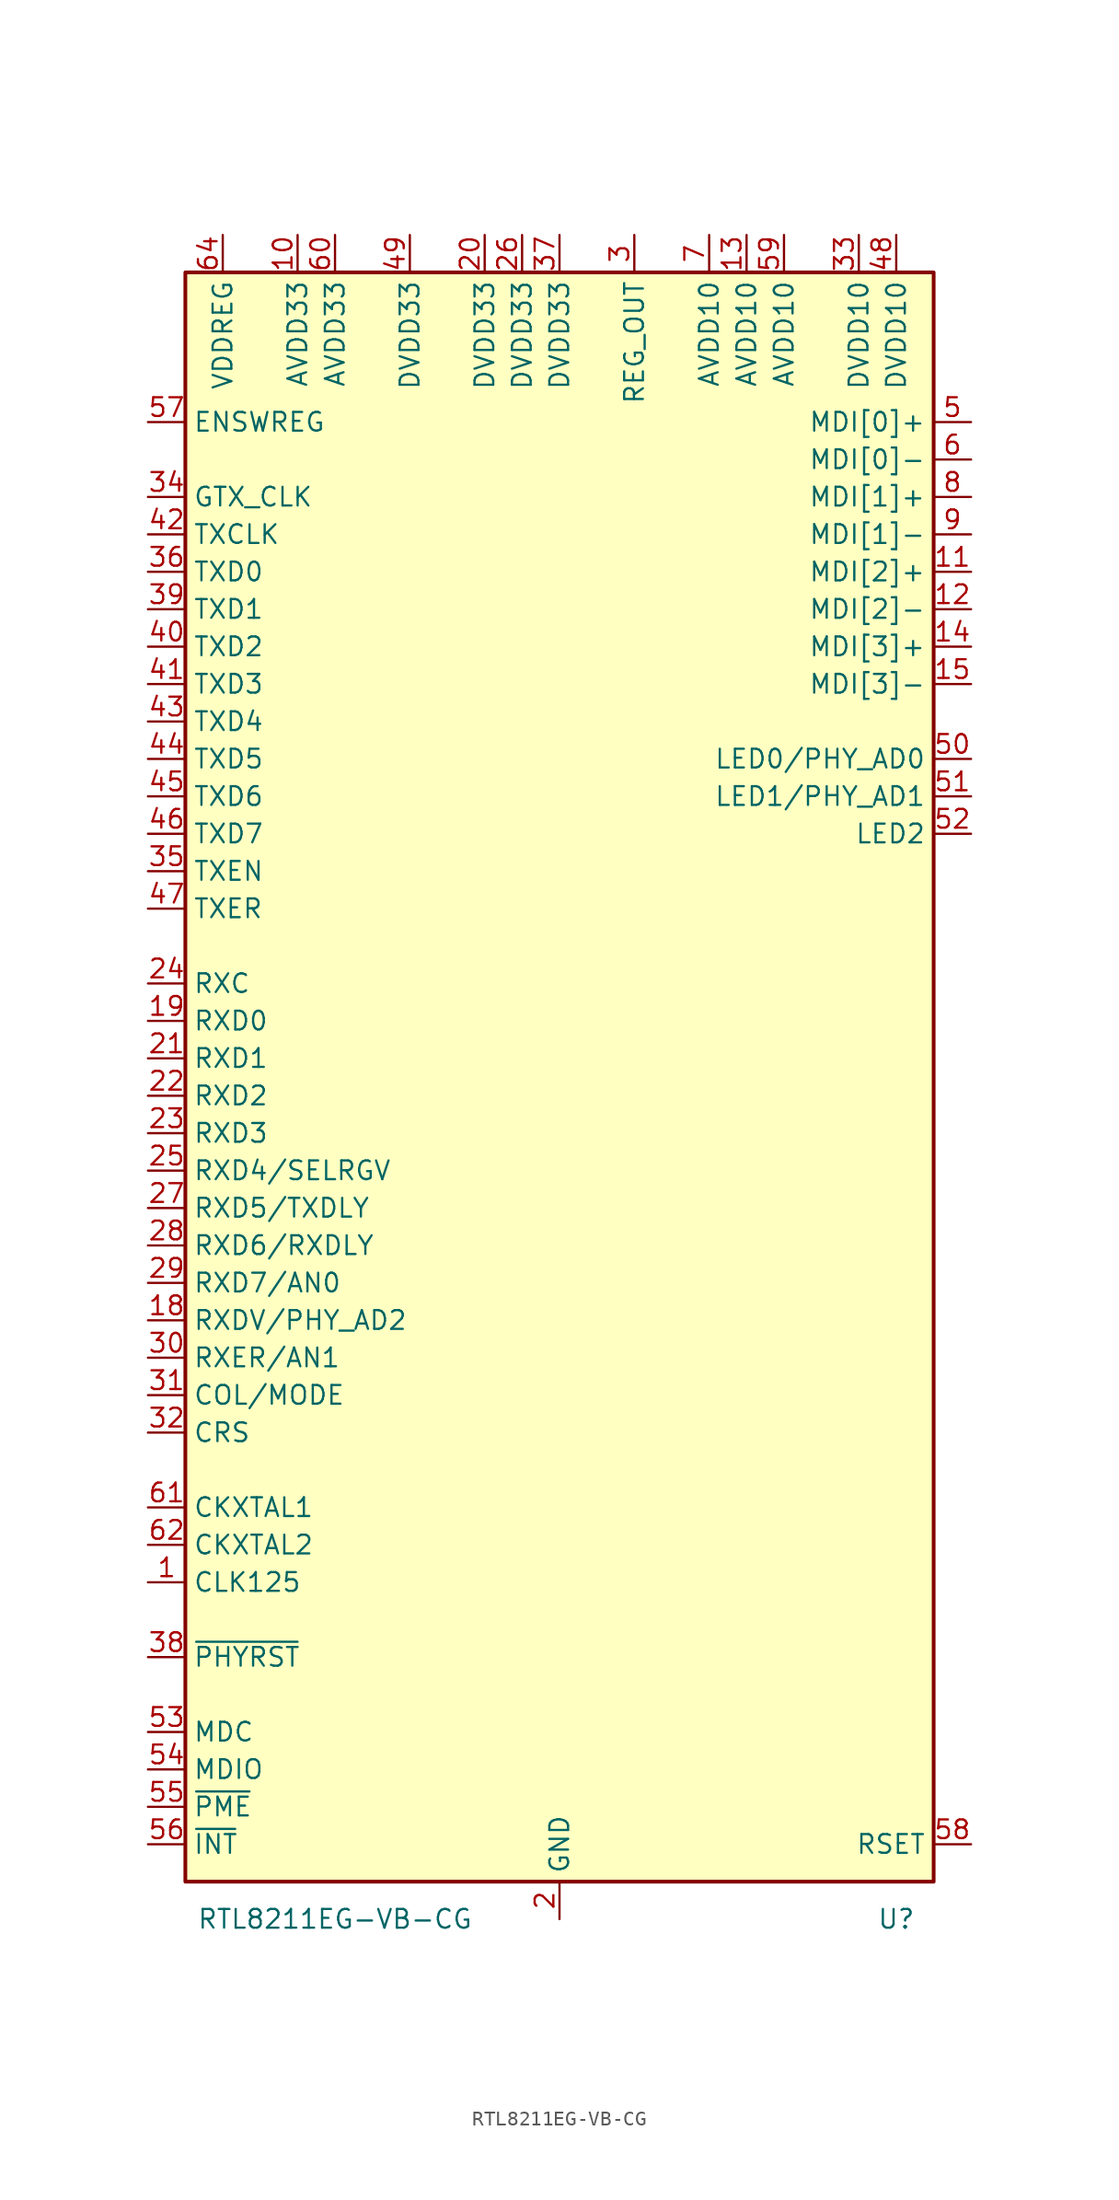
<source format=kicad_sym>
(kicad_symbol_lib
  (version 20220914)
  (generator kicad_symbol_editor)
  (symbol "RTL8211EG-VB-CG"
    (property "Reference" "U"
      (at 22.86 -58.42 0)
      (effects (font (size 1.27 1.27))))
    (property "Value" "RTL8211EG-VB-CG"
      (at -15.24 -58.42 0)
      (effects (font (size 1.27 1.27))))
    (symbol "RTL8211EG-VB-CG_0_1"
      (rectangle (start -25.4 53.34) (end 25.4 -55.88) (stroke (width 0.254) (type default)) (fill (type background))))
    (symbol "RTL8211EG-VB-CG_1_1"
      (pin output line (at -27.94 -35.56 0) (length 2.54) (name "CLK125" (effects (font (size 1.27 1.27)))) (number "1" (effects (font (size 1.27 1.27)))))
      (pin power_in line (at -17.78 55.88 270) (length 2.54) (name "AVDD33" (effects (font (size 1.27 1.27)))) (number "10" (effects (font (size 1.27 1.27)))))
      (pin bidirectional line (at 27.94 33.02 180) (length 2.54) (name "MDI[2]+" (effects (font (size 1.27 1.27)))) (number "11" (effects (font (size 1.27 1.27)))))
      (pin bidirectional line (at 27.94 30.48 180) (length 2.54) (name "MDI[2]-" (effects (font (size 1.27 1.27)))) (number "12" (effects (font (size 1.27 1.27)))))
      (pin power_in line (at 12.7 55.88 270) (length 2.54) (name "AVDD10" (effects (font (size 1.27 1.27)))) (number "13" (effects (font (size 1.27 1.27)))))
      (pin bidirectional line (at 27.94 27.94 180) (length 2.54) (name "MDI[3]+" (effects (font (size 1.27 1.27)))) (number "14" (effects (font (size 1.27 1.27)))))
      (pin bidirectional line (at 27.94 25.4 180) (length 2.54) (name "MDI[3]-" (effects (font (size 1.27 1.27)))) (number "15" (effects (font (size 1.27 1.27)))))
      (pin no_connect line (at 25.4 5.08 180) (length 2.54) hide (name "NC" (effects (font (size 1.27 1.27)))) (number "16" (effects (font (size 1.27 1.27)))))
      (pin no_connect line (at 25.4 2.54 180) (length 2.54) hide (name "NC" (effects (font (size 1.27 1.27)))) (number "17" (effects (font (size 1.27 1.27)))))
      (pin bidirectional line (at -27.94 -17.78 0) (length 2.54) (name "RXDV/PHY_AD2" (effects (font (size 1.27 1.27)))) (number "18" (effects (font (size 1.27 1.27)))))
      (pin output line (at -27.94 2.54 0) (length 2.54) (name "RXD0" (effects (font (size 1.27 1.27)))) (number "19" (effects (font (size 1.27 1.27)))))
      (pin power_in line (at 0 -58.42 90) (length 2.54) (name "GND" (effects (font (size 1.27 1.27)))) (number "2" (effects (font (size 1.27 1.27)))))
      (pin power_in line (at -5.08 55.88 270) (length 2.54) (name "DVDD33" (effects (font (size 1.27 1.27)))) (number "20" (effects (font (size 1.27 1.27)))))
      (pin output line (at -27.94 0 0) (length 2.54) (name "RXD1" (effects (font (size 1.27 1.27)))) (number "21" (effects (font (size 1.27 1.27)))))
      (pin output line (at -27.94 -2.54 0) (length 2.54) (name "RXD2" (effects (font (size 1.27 1.27)))) (number "22" (effects (font (size 1.27 1.27)))))
      (pin output line (at -27.94 -5.08 0) (length 2.54) (name "RXD3" (effects (font (size 1.27 1.27)))) (number "23" (effects (font (size 1.27 1.27)))))
      (pin output line (at -27.94 5.08 0) (length 2.54) (name "RXC" (effects (font (size 1.27 1.27)))) (number "24" (effects (font (size 1.27 1.27)))))
      (pin bidirectional line (at -27.94 -7.62 0) (length 2.54) (name "RXD4/SELRGV" (effects (font (size 1.27 1.27)))) (number "25" (effects (font (size 1.27 1.27)))))
      (pin power_in line (at -2.54 55.88 270) (length 2.54) (name "DVDD33" (effects (font (size 1.27 1.27)))) (number "26" (effects (font (size 1.27 1.27)))))
      (pin bidirectional line (at -27.94 -10.16 0) (length 2.54) (name "RXD5/TXDLY" (effects (font (size 1.27 1.27)))) (number "27" (effects (font (size 1.27 1.27)))))
      (pin bidirectional line (at -27.94 -12.7 0) (length 2.54) (name "RXD6/RXDLY" (effects (font (size 1.27 1.27)))) (number "28" (effects (font (size 1.27 1.27)))))
      (pin bidirectional line (at -27.94 -15.24 0) (length 2.54) (name "RXD7/AN0" (effects (font (size 1.27 1.27)))) (number "29" (effects (font (size 1.27 1.27)))))
      (pin power_out line (at 5.08 55.88 270) (length 2.54) (name "REG_OUT" (effects (font (size 1.27 1.27)))) (number "3" (effects (font (size 1.27 1.27)))))
      (pin bidirectional line (at -27.94 -20.32 0) (length 2.54) (name "RXER/AN1" (effects (font (size 1.27 1.27)))) (number "30" (effects (font (size 1.27 1.27)))))
      (pin bidirectional line (at -27.94 -22.86 0) (length 2.54) (name "COL/MODE" (effects (font (size 1.27 1.27)))) (number "31" (effects (font (size 1.27 1.27)))))
      (pin output line (at -27.94 -25.4 0) (length 2.54) (name "CRS" (effects (font (size 1.27 1.27)))) (number "32" (effects (font (size 1.27 1.27)))))
      (pin power_in line (at 20.32 55.88 270) (length 2.54) (name "DVDD10" (effects (font (size 1.27 1.27)))) (number "33" (effects (font (size 1.27 1.27)))))
      (pin input line (at -27.94 38.1 0) (length 2.54) (name "GTX_CLK" (effects (font (size 1.27 1.27)))) (number "34" (effects (font (size 1.27 1.27)))))
      (pin input line (at -27.94 12.7 0) (length 2.54) (name "TXEN" (effects (font (size 1.27 1.27)))) (number "35" (effects (font (size 1.27 1.27)))))
      (pin input line (at -27.94 33.02 0) (length 2.54) (name "TXD0" (effects (font (size 1.27 1.27)))) (number "36" (effects (font (size 1.27 1.27)))))
      (pin power_in line (at 0 55.88 270) (length 2.54) (name "DVDD33" (effects (font (size 1.27 1.27)))) (number "37" (effects (font (size 1.27 1.27)))))
      (pin input line (at -27.94 -40.64 0) (length 2.54) (name "~{PHYRST}" (effects (font (size 1.27 1.27)))) (number "38" (effects (font (size 1.27 1.27)))))
      (pin input line (at -27.94 30.48 0) (length 2.54) (name "TXD1" (effects (font (size 1.27 1.27)))) (number "39" (effects (font (size 1.27 1.27)))))
      (pin passive line (at 0 -58.42 90) (length 2.54) hide (name "GND" (effects (font (size 1.27 1.27)))) (number "4" (effects (font (size 1.27 1.27)))))
      (pin input line (at -27.94 27.94 0) (length 2.54) (name "TXD2" (effects (font (size 1.27 1.27)))) (number "40" (effects (font (size 1.27 1.27)))))
      (pin input line (at -27.94 25.4 0) (length 2.54) (name "TXD3" (effects (font (size 1.27 1.27)))) (number "41" (effects (font (size 1.27 1.27)))))
      (pin output line (at -27.94 35.56 0) (length 2.54) (name "TXCLK" (effects (font (size 1.27 1.27)))) (number "42" (effects (font (size 1.27 1.27)))))
      (pin input line (at -27.94 22.86 0) (length 2.54) (name "TXD4" (effects (font (size 1.27 1.27)))) (number "43" (effects (font (size 1.27 1.27)))))
      (pin input line (at -27.94 20.32 0) (length 2.54) (name "TXD5" (effects (font (size 1.27 1.27)))) (number "44" (effects (font (size 1.27 1.27)))))
      (pin input line (at -27.94 17.78 0) (length 2.54) (name "TXD6" (effects (font (size 1.27 1.27)))) (number "45" (effects (font (size 1.27 1.27)))))
      (pin input line (at -27.94 15.24 0) (length 2.54) (name "TXD7" (effects (font (size 1.27 1.27)))) (number "46" (effects (font (size 1.27 1.27)))))
      (pin input line (at -27.94 10.16 0) (length 2.54) (name "TXER" (effects (font (size 1.27 1.27)))) (number "47" (effects (font (size 1.27 1.27)))))
      (pin power_in line (at 22.86 55.88 270) (length 2.54) (name "DVDD10" (effects (font (size 1.27 1.27)))) (number "48" (effects (font (size 1.27 1.27)))))
      (pin power_in line (at -10.16 55.88 270) (length 2.54) (name "DVDD33" (effects (font (size 1.27 1.27)))) (number "49" (effects (font (size 1.27 1.27)))))
      (pin bidirectional line (at 27.94 43.18 180) (length 2.54) (name "MDI[0]+" (effects (font (size 1.27 1.27)))) (number "5" (effects (font (size 1.27 1.27)))))
      (pin bidirectional line (at 27.94 20.32 180) (length 2.54) (name "LED0/PHY_AD0" (effects (font (size 1.27 1.27)))) (number "50" (effects (font (size 1.27 1.27)))))
      (pin bidirectional line (at 27.94 17.78 180) (length 2.54) (name "LED1/PHY_AD1" (effects (font (size 1.27 1.27)))) (number "51" (effects (font (size 1.27 1.27)))))
      (pin bidirectional line (at 27.94 15.24 180) (length 2.54) (name "LED2" (effects (font (size 1.27 1.27)))) (number "52" (effects (font (size 1.27 1.27)))))
      (pin input line (at -27.94 -45.72 0) (length 2.54) (name "MDC" (effects (font (size 1.27 1.27)))) (number "53" (effects (font (size 1.27 1.27)))))
      (pin bidirectional line (at -27.94 -48.26 0) (length 2.54) (name "MDIO" (effects (font (size 1.27 1.27)))) (number "54" (effects (font (size 1.27 1.27)))))
      (pin open_collector line (at -27.94 -50.8 0) (length 2.54) (name "~{PME}" (effects (font (size 1.27 1.27)))) (number "55" (effects (font (size 1.27 1.27)))))
      (pin open_collector line (at -27.94 -53.34 0) (length 2.54) (name "~{INT}" (effects (font (size 1.27 1.27)))) (number "56" (effects (font (size 1.27 1.27)))))
      (pin input line (at -27.94 43.18 0) (length 2.54) (name "ENSWREG" (effects (font (size 1.27 1.27)))) (number "57" (effects (font (size 1.27 1.27)))))
      (pin passive line (at 27.94 -53.34 180) (length 2.54) (name "RSET" (effects (font (size 1.27 1.27)))) (number "58" (effects (font (size 1.27 1.27)))))
      (pin power_in line (at 15.24 55.88 270) (length 2.54) (name "AVDD10" (effects (font (size 1.27 1.27)))) (number "59" (effects (font (size 1.27 1.27)))))
      (pin bidirectional line (at 27.94 40.64 180) (length 2.54) (name "MDI[0]-" (effects (font (size 1.27 1.27)))) (number "6" (effects (font (size 1.27 1.27)))))
      (pin power_in line (at -15.24 55.88 270) (length 2.54) (name "AVDD33" (effects (font (size 1.27 1.27)))) (number "60" (effects (font (size 1.27 1.27)))))
      (pin input line (at -27.94 -30.48 0) (length 2.54) (name "CKXTAL1" (effects (font (size 1.27 1.27)))) (number "61" (effects (font (size 1.27 1.27)))))
      (pin output line (at -27.94 -33.02 0) (length 2.54) (name "CKXTAL2" (effects (font (size 1.27 1.27)))) (number "62" (effects (font (size 1.27 1.27)))))
      (pin passive line (at 0 -58.42 90) (length 2.54) hide (name "GND" (effects (font (size 1.27 1.27)))) (number "63" (effects (font (size 1.27 1.27)))))
      (pin power_in line (at -22.86 55.88 270) (length 2.54) (name "VDDREG" (effects (font (size 1.27 1.27)))) (number "64" (effects (font (size 1.27 1.27)))))
      (pin passive line (at 0 -58.42 90) (length 2.54) hide (name "GND" (effects (font (size 1.27 1.27)))) (number "65" (effects (font (size 1.27 1.27)))))
      (pin power_in line (at 10.16 55.88 270) (length 2.54) (name "AVDD10" (effects (font (size 1.27 1.27)))) (number "7" (effects (font (size 1.27 1.27)))))
      (pin bidirectional line (at 27.94 38.1 180) (length 2.54) (name "MDI[1]+" (effects (font (size 1.27 1.27)))) (number "8" (effects (font (size 1.27 1.27)))))
      (pin bidirectional line (at 27.94 35.56 180) (length 2.54) (name "MDI[1]-" (effects (font (size 1.27 1.27)))) (number "9" (effects (font (size 1.27 1.27))))))))
</source>
